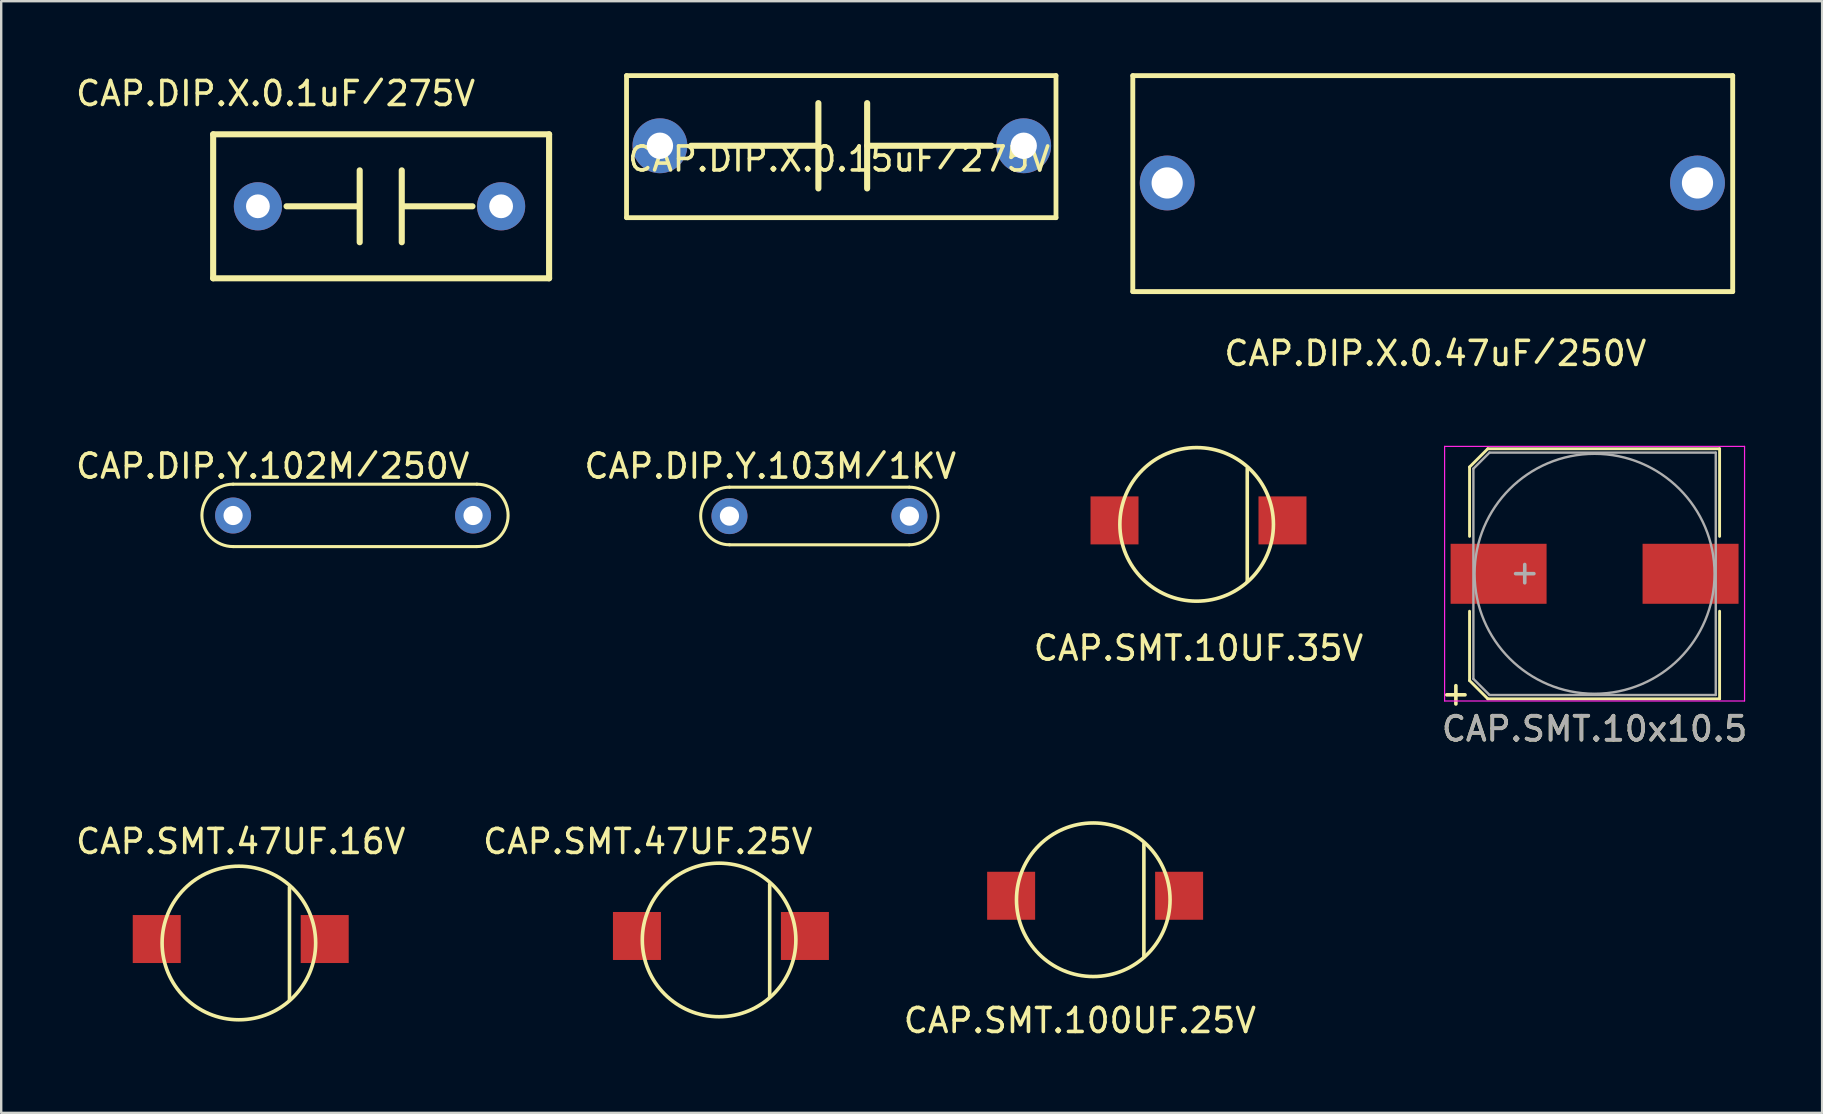
<source format=kicad_pcb>
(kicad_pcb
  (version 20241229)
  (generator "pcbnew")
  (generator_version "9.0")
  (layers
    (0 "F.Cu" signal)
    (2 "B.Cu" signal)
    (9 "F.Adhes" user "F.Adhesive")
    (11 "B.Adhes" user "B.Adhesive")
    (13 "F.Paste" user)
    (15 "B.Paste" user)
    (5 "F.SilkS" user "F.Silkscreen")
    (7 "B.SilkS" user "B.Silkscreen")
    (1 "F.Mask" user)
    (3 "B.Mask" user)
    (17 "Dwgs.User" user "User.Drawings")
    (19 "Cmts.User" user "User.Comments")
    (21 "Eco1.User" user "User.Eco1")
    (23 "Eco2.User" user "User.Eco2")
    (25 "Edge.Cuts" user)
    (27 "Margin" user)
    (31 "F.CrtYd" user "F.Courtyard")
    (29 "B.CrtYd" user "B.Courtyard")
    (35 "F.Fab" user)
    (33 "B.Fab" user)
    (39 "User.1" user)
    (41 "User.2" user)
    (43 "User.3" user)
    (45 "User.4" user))
  (footprint "CAP.SMT.47UF.25V"
    (layer "F.Cu")
    (at 26.994 36.083)
    (property "Reference" "CAP.SMT.47UF.25V" (at -3.048 -4.064 0) (layer "F.SilkS") (effects (font (size 1 1) (thickness 0.15))))
    (attr through_hole)
    (fp_line (start 2.032 2.413) (end 2.032 -2.286) (stroke (width 0.15) (type solid)) (layer "F.SilkS"))
    (fp_circle (center -0.077 0.038) (end 3.123 0.038) (stroke (width 0.15) (type solid)) (fill no) (layer "F.SilkS"))
    (pad "1" smd rect (at -3.5 -0.127 90) (size 2 2) (layers "F.Cu" "F.Mask" "F.Paste"))
    (pad "2" smd rect (at 3.5 -0.127 90) (size 2 2) (layers "F.Cu" "F.Mask" "F.Paste")))
  (footprint "CAP.SMT.10UF.35V"
    (layer "F.Cu")
    (at 46.896 23.463)
    (property "Reference" "CAP.SMT.10UF.35V" (at 0 0.5 0) (layer "F.SilkS") (effects (font (size 1 1) (thickness 0.15))))
    (attr through_hole)
    (fp_line (start 2.032 -2.286) (end 2.032 -6.985) (stroke (width 0.15) (type solid)) (layer "F.SilkS"))
    (fp_circle (center -0.077 -4.66) (end 3.123 -4.66) (stroke (width 0.15) (type solid)) (fill no) (layer "F.SilkS"))
    (pad "1" smd rect (at -3.5 -4.826 90) (size 2 2) (layers "F.Cu" "F.Mask" "F.Paste"))
    (pad "2" smd rect (at 3.5 -4.826 90) (size 2 2) (layers "F.Cu" "F.Mask" "F.Paste")))
  (footprint "CAP.SMT.10x10.5"
    (layer "F.Cu")
    (at 63.402 20.862)
    (property "Reference" "CAP.SMT.10x10.5" (at 0 6.46 0) (layer "F.SilkS") (effects (font (size 1 1) (thickness 0.15))))
    (attr smd)
    (fp_line (start -5.21 -4.45) (end -5.21 -1.56) (stroke (width 0.12) (type solid)) (layer "F.SilkS"))
    (fp_line (start -5.21 -4.45) (end -4.45 -5.21) (stroke (width 0.12) (type solid)) (layer "F.SilkS"))
    (fp_line (start -5.21 4.45) (end -5.21 1.56) (stroke (width 0.12) (type solid)) (layer "F.SilkS"))
    (fp_line (start -4.45 -5.21) (end 5.21 -5.21) (stroke (width 0.12) (type solid)) (layer "F.SilkS"))
    (fp_line (start -4.45 5.21) (end -5.21 4.45) (stroke (width 0.12) (type solid)) (layer "F.SilkS"))
    (fp_line (start 5.21 -5.21) (end 5.21 -1.56) (stroke (width 0.12) (type solid)) (layer "F.SilkS"))
    (fp_line (start 5.21 5.21) (end -4.45 5.21) (stroke (width 0.12) (type solid)) (layer "F.SilkS"))
    (fp_line (start 5.21 5.21) (end 5.21 1.56) (stroke (width 0.12) (type solid)) (layer "F.SilkS"))
    (fp_line (start -6.25 -5.31) (end -6.25 5.3) (stroke (width 0.05) (type solid)) (layer "F.CrtYd"))
    (fp_line (start -6.25 -5.31) (end 6.25 -5.31) (stroke (width 0.05) (type solid)) (layer "F.CrtYd"))
    (fp_line (start 6.25 5.3) (end -6.25 5.3) (stroke (width 0.05) (type solid)) (layer "F.CrtYd"))
    (fp_line (start 6.25 5.3) (end 6.25 -5.31) (stroke (width 0.05) (type solid)) (layer "F.CrtYd"))
    (fp_line (start -5.05 -4.38) (end -5.05 4.38) (stroke (width 0.1) (type solid)) (layer "F.Fab"))
    (fp_line (start -5.05 4.38) (end -4.38 5.05) (stroke (width 0.1) (type solid)) (layer "F.Fab"))
    (fp_line (start -4.38 -5.05) (end -5.05 -4.38) (stroke (width 0.1) (type solid)) (layer "F.Fab"))
    (fp_line (start -4.38 5.05) (end 5.05 5.05) (stroke (width 0.1) (type solid)) (layer "F.Fab"))
    (fp_line (start 5.05 -5.05) (end -4.38 -5.05) (stroke (width 0.1) (type solid)) (layer "F.Fab"))
    (fp_line (start 5.05 5.05) (end 5.05 -5.05) (stroke (width 0.1) (type solid)) (layer "F.Fab"))
    (fp_circle (center 0 0) (end 0 5) (stroke (width 0.1) (type solid)) (fill no) (layer "F.Fab"))
    (fp_text user "+" (at -5.78 4.97 0) (layer "F.SilkS") (effects (font (size 1 1) (thickness 0.15))))
    (fp_text user "+" (at -2.91 -0.08 0) (layer "F.Fab") (effects (font (size 1 1) (thickness 0.15))))
    (fp_text user "${REFERENCE}" (at 0 6.46 0) (layer "F.Fab") (effects (font (size 1 1) (thickness 0.15))))
    (pad "1" smd rect (at -4 0 180) (size 4 2.5) (layers "F.Cu" "F.Mask" "F.Paste"))
    (pad "2" smd rect (at 4 0 180) (size 4 2.5) (layers "F.Cu" "F.Mask" "F.Paste")))
  (footprint "CAP.DIP.X.0.15uF／275V"
    (layer "F.Cu")
    (at 31.919 3.076)
    (property "Reference" "CAP.DIP.X.0.15uF／275V" (at 0 0.5 0) (layer "F.SilkS") (effects (font (size 1 1) (thickness 0.15))))
    (attr through_hole)
    (fp_line (start -8.859 -2.976) (end -8.859 2.945) (stroke (width 0.2) (type solid)) (layer "F.SilkS"))
    (fp_line (start -8.859 -2.976) (end 9.038 -2.976) (stroke (width 0.2) (type solid)) (layer "F.SilkS"))
    (fp_line (start -8.859 2.945) (end 9.038 2.945) (stroke (width 0.2) (type solid)) (layer "F.SilkS"))
    (fp_line (start -6.172 -0.051) (end -0.864 -0.051) (stroke (width 0.254) (type solid)) (layer "F.SilkS"))
    (fp_line (start -0.864 -1.829) (end -0.864 1.727) (stroke (width 0.254) (type solid)) (layer "F.SilkS"))
    (fp_line (start 1.168 -0.051) (end 6.35 -0.051) (stroke (width 0.254) (type solid)) (layer "F.SilkS"))
    (fp_line (start 1.168 1.727) (end 1.168 -1.829) (stroke (width 0.254) (type solid)) (layer "F.SilkS"))
    (fp_line (start 9.038 -2.976) (end 9.038 2.945) (stroke (width 0.2) (type solid)) (layer "F.SilkS"))
    (pad "1" thru_hole circle (at -7.468 -0.051) (size 2.286 2.286) (drill 1.1) (layers "*.Cu" "*.Mask"))
    (pad "2" thru_hole circle (at 7.692 -0.051) (size 2.286 2.286) (drill 1.1) (layers "*.Cu" "*.Mask")))
  (footprint "CAP.SMT.100UF.25V"
    (layer "F.Cu")
    (at 42.588 34.28)
    (property "Reference" "CAP.SMT.100UF.25V" (at -0.635 5.199 0) (layer "F.SilkS") (effects (font (size 1 1) (thickness 0.15))))
    (attr through_hole)
    (fp_line (start 2.032 2.54) (end 2.032 -2.159) (stroke (width 0.15) (type solid)) (layer "F.SilkS"))
    (fp_circle (center -0.077 0.166) (end 3.123 0.166) (stroke (width 0.15) (type solid)) (fill no) (layer "F.SilkS"))
    (pad "1" smd rect (at -3.5 0 90) (size 2 2) (layers "F.Cu" "F.Mask" "F.Paste"))
    (pad "2" smd rect (at 3.5 0 90) (size 2 2) (layers "F.Cu" "F.Mask" "F.Paste")))
  (footprint "CAP.DIP.X.0.1uF／275V"
    (layer "F.Cu")
    (at 12.702 5.598)
    (property "Reference" "CAP.DIP.X.0.1uF／275V" (at -4.267 -4.75 0) (layer "F.SilkS") (effects (font (size 1 1) (thickness 0.15))))
    (attr through_hole)
    (fp_line (start -6.869 -3.051) (end 7.131 -3.051) (stroke (width 0.254) (type solid)) (layer "F.SilkS"))
    (fp_line (start -6.869 2.949) (end -6.869 -3.051) (stroke (width 0.254) (type solid)) (layer "F.SilkS"))
    (fp_line (start -6.869 2.949) (end 7.131 2.949) (stroke (width 0.254) (type solid)) (layer "F.SilkS"))
    (fp_line (start -3.81 -0.051) (end -0.864 -0.051) (stroke (width 0.254) (type solid)) (layer "F.SilkS"))
    (fp_line (start -0.762 1.448) (end -0.762 -1.549) (stroke (width 0.254) (type solid)) (layer "F.SilkS"))
    (fp_line (start 0.991 1.448) (end 0.991 -1.549) (stroke (width 0.254) (type solid)) (layer "F.SilkS"))
    (fp_line (start 1.067 -0.051) (end 3.937 -0.051) (stroke (width 0.254) (type solid)) (layer "F.SilkS"))
    (fp_line (start 7.131 2.949) (end 7.131 -3.051) (stroke (width 0.254) (type solid)) (layer "F.SilkS"))
    (pad "1" thru_hole circle (at -5.004 -0.051 180) (size 2.007 2.007) (drill 0.991) (layers "*.Cu" "*.Mask"))
    (pad "2" thru_hole circle (at 5.131 -0.051 180) (size 2.007 2.007) (drill 0.991) (layers "*.Cu" "*.Mask")))
  (footprint "CAP.DIP.Y.102M／250V"
    (layer "F.Cu")
    (at 11.719 18.357)
    (property "Reference" "CAP.DIP.Y.102M／250V" (at -3.404 -1.981 0) (layer "F.SilkS") (effects (font (size 1 1) (thickness 0.15))))
    (attr through_hole)
    (fp_line (start -5.055 -1.229) (end 5.105 -1.229) (stroke (width 0.127) (type solid)) (layer "F.SilkS"))
    (fp_line (start -5.055 1.371) (end 5.105 1.371) (stroke (width 0.127) (type solid)) (layer "F.SilkS"))
    (fp_arc (start -5.0546 1.37092) (mid -6.3546 0.07092) (end -5.0546 -1.22908) (stroke (width 0.127) (type solid)) (layer "F.SilkS"))
    (fp_arc (start 5.1054 -1.22908) (mid 6.4054 0.07092) (end 5.1054 1.37092) (stroke (width 0.127) (type solid)) (layer "F.SilkS"))
    (pad "1" thru_hole circle (at -5.055 0.076 90) (size 1.5 1.5) (drill 0.8) (layers "*.Cu" "*.Mask"))
    (pad "2" thru_hole circle (at 4.945 0.076 90) (size 1.5 1.5) (drill 0.8) (layers "*.Cu" "*.Mask")))
  (footprint "CAP.DIP.X.0.47uF／250V"
    (layer "F.Cu")
    (at 56.132 4.88)
    (property "Reference" "CAP.DIP.X.0.47uF／250V" (at 0.635 6.799 0) (layer "F.SilkS") (effects (font (size 1 1) (thickness 0.15))))
    (attr through_hole)
    (fp_line (start -11.974 -4.778) (end 13.026 -4.778) (stroke (width 0.203) (type solid)) (layer "F.SilkS"))
    (fp_line (start -11.974 4.222) (end -11.974 -4.778) (stroke (width 0.203) (type solid)) (layer "F.SilkS"))
    (fp_line (start -11.974 4.222) (end 13.026 4.222) (stroke (width 0.203) (type solid)) (layer "F.SilkS"))
    (fp_line (start 13.026 4.222) (end 13.026 -4.778) (stroke (width 0.203) (type solid)) (layer "F.SilkS"))
    (pad "1" thru_hole circle (at -10.541 -0.305) (size 2.286 2.286) (drill 1.3) (layers "*.Cu" "*.Mask"))
    (pad "2" thru_hole circle (at 11.559 -0.305) (size 2.286 2.286) (drill 1.3) (layers "*.Cu" "*.Mask")))
  (footprint "CAP.SMT.47UF.16V"
    (layer "F.Cu")
    (at 6.982 36.21)
    (property "Reference" "CAP.SMT.47UF.16V" (at 0 -4.191 0) (layer "F.SilkS") (effects (font (size 1 1) (thickness 0.15))))
    (attr through_hole)
    (fp_line (start 2.032 2.413) (end 2.032 -2.286) (stroke (width 0.15) (type solid)) (layer "F.SilkS"))
    (fp_circle (center -0.077 0.038) (end 3.123 0.038) (stroke (width 0.15) (type solid)) (fill no) (layer "F.SilkS"))
    (pad "1" smd rect (at -3.5 -0.127 90) (size 2 2) (layers "F.Cu" "F.Mask" "F.Paste"))
    (pad "2" smd rect (at 3.5 -0.127 90) (size 2 2) (layers "F.Cu" "F.Mask" "F.Paste")))
  (footprint "CAP.DIP.Y.103M／1KV"
    (layer "F.Cu")
    (at 31.134 18.56)
    (property "Reference" "CAP.DIP.Y.103M／1KV" (at -2.083 -2.184 0) (layer "F.SilkS") (effects (font (size 1 1) (thickness 0.15))))
    (attr through_hole)
    (fp_line (start -3.785 -1.307) (end 3.708 -1.307) (stroke (width 0.127) (type solid)) (layer "F.SilkS"))
    (fp_line (start -3.785 1.093) (end 3.708 1.093) (stroke (width 0.127) (type solid)) (layer "F.SilkS"))
    (fp_arc (start -3.7846 1.09312) (mid -4.9846 -0.10688) (end -3.7846 -1.30688) (stroke (width 0.127) (type solid)) (layer "F.SilkS"))
    (fp_arc (start 3.7084 -1.30688) (mid 4.9084 -0.10688) (end 3.7084 1.09312) (stroke (width 0.127) (type solid)) (layer "F.SilkS"))
    (pad "1" thru_hole circle (at -3.785 -0.102 90) (size 1.5 1.5) (drill 0.8) (layers "*.Cu" "*.Mask"))
    (pad "2" thru_hole circle (at 3.715 -0.102 90) (size 1.5 1.5) (drill 0.8) (layers "*.Cu" "*.Mask")))
  (gr_rect
    (start -3 -3)
    (end 72.885 43.327)
    (stroke (width 0.1) (type default))
    (fill no)
    (layer "Edge.Cuts")))
</source>
